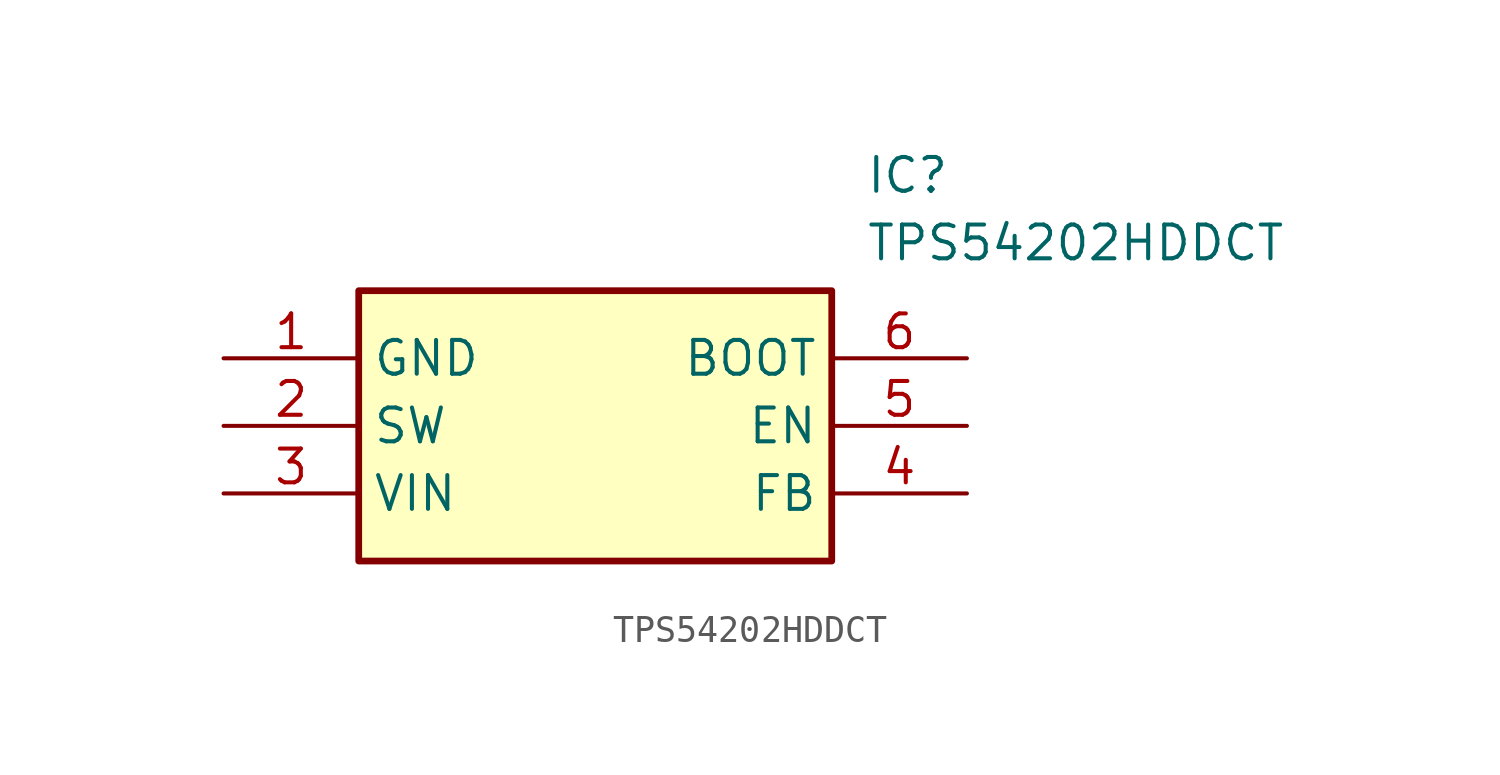
<source format=kicad_sym>
(kicad_symbol_lib
  (version 20211014)
  (generator SamacSys_ECAD_Model)
  (symbol "TPS54202HDDCT"
    (property "Reference" "IC"
      (at 24.13 7.62 0)
      (effects (font (size 1.27 1.27)) (justify left top)))
    (property "Value" "TPS54202HDDCT"
      (at 24.13 5.08 0)
      (effects (font (size 1.27 1.27)) (justify left top)))
    (rectangle
      (start 5.08 2.54)
      (end 22.86 -7.62)
      (stroke (width 0.254) (type default))
      (fill (type background)))
    (pin passive line
      (at 0 0 0)
      (length 5.08)
      (name "GND" (effects (font (size 1.27 1.27))))
      (number "1" (effects (font (size 1.27 1.27)))))
    (pin passive line
      (at 0 -2.54 0)
      (length 5.08)
      (name "SW" (effects (font (size 1.27 1.27))))
      (number "2" (effects (font (size 1.27 1.27)))))
    (pin passive line
      (at 0 -5.08 0)
      (length 5.08)
      (name "VIN" (effects (font (size 1.27 1.27))))
      (number "3" (effects (font (size 1.27 1.27)))))
    (pin passive line
      (at 27.94 0 180)
      (length 5.08)
      (name "BOOT" (effects (font (size 1.27 1.27))))
      (number "6" (effects (font (size 1.27 1.27)))))
    (pin passive line
      (at 27.94 -2.54 180)
      (length 5.08)
      (name "EN" (effects (font (size 1.27 1.27))))
      (number "5" (effects (font (size 1.27 1.27)))))
    (pin passive line
      (at 27.94 -5.08 180)
      (length 5.08)
      (name "FB" (effects (font (size 1.27 1.27))))
      (number "4" (effects (font (size 1.27 1.27)))))))
</source>
